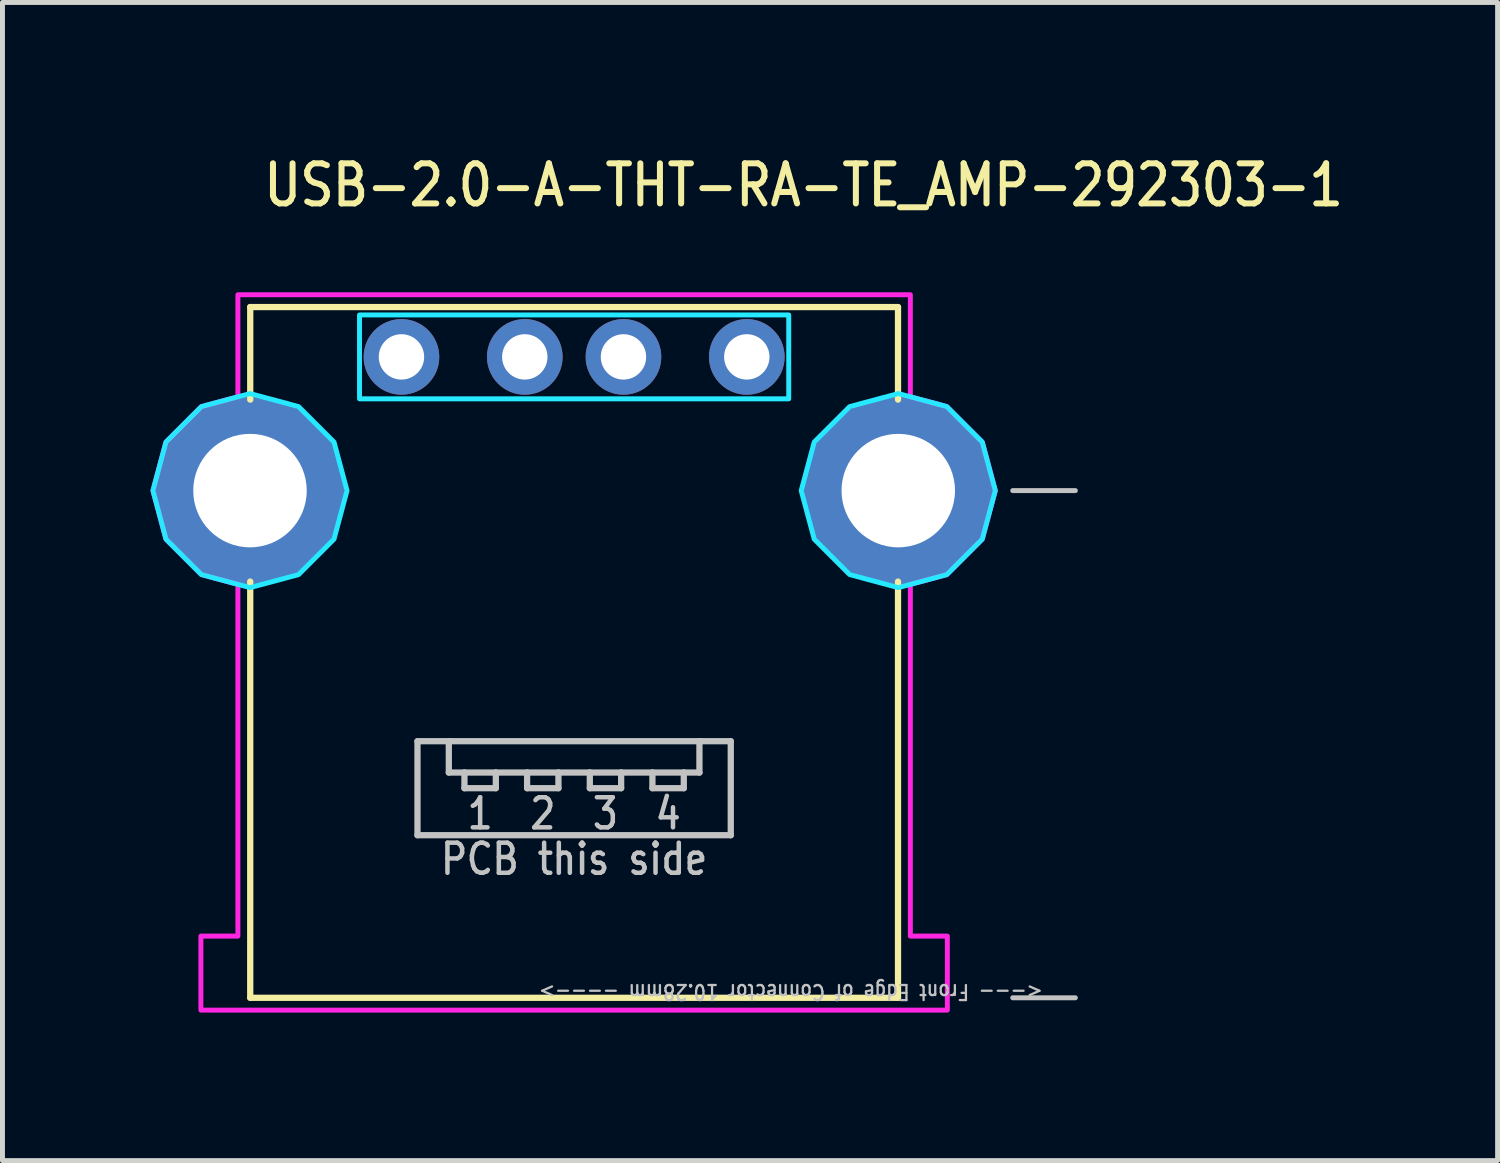
<source format=kicad_pcb>
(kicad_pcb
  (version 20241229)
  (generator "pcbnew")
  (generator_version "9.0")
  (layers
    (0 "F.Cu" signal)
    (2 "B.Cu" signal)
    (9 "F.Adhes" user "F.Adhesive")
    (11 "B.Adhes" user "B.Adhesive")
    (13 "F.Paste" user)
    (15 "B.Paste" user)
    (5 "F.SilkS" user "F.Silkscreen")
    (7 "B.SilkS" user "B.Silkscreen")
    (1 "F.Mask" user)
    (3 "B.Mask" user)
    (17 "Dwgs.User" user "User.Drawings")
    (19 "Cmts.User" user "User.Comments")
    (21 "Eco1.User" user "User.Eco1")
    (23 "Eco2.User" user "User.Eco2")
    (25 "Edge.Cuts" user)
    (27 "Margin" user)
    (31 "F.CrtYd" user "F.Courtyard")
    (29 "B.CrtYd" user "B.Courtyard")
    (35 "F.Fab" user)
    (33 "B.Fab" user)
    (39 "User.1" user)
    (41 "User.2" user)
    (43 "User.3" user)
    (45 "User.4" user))
  (footprint "USB-2.0-A-THT-RA-TE_AMP-292303-1"
    (layer "F.Cu")
    (at 8.587 6.894)
    (property "Reference" "USB-2.0-A-THT-RA-TE_AMP-292303-1" (at -6.35 -5.715 0) (unlocked yes) (layer "F.SilkS") (effects (font (size 0.813 0.695) (thickness 0.122)) (justify left bottom)))
    (fp_line (start -6.565 -3.72) (end 6.565 -3.72) (stroke (width 0.127) (type solid)) (layer "F.SilkS"))
    (fp_line (start -6.565 -1.844) (end -6.565 -3.72) (stroke (width 0.127) (type solid)) (layer "F.SilkS"))
    (fp_line (start -6.565 1.844) (end -6.565 10.28) (stroke (width 0.127) (type solid)) (layer "F.SilkS"))
    (fp_line (start -6.565 10.28) (end 6.565 10.28) (stroke (width 0.127) (type solid)) (layer "F.SilkS"))
    (fp_line (start 6.565 -3.72) (end 6.565 -1.844) (stroke (width 0.127) (type solid)) (layer "F.SilkS"))
    (fp_line (start 6.565 1.844) (end 6.565 10.28) (stroke (width 0.127) (type solid)) (layer "F.SilkS"))
    (fp_line (start -3.175 5.08) (end -2.54 5.08) (stroke (width 0.127) (type solid)) (layer "Dwgs.User"))
    (fp_line (start -3.175 6.985) (end -3.175 5.08) (stroke (width 0.127) (type solid)) (layer "Dwgs.User"))
    (fp_line (start -2.54 5.08) (end -2.54 5.715) (stroke (width 0.127) (type solid)) (layer "Dwgs.User"))
    (fp_line (start -2.54 5.08) (end 2.54 5.08) (stroke (width 0.127) (type solid)) (layer "Dwgs.User"))
    (fp_line (start -2.54 5.715) (end -2.223 5.715) (stroke (width 0.127) (type solid)) (layer "Dwgs.User"))
    (fp_line (start -2.223 5.715) (end -2.223 6.032) (stroke (width 0.127) (type solid)) (layer "Dwgs.User"))
    (fp_line (start -2.223 5.715) (end -1.587 5.715) (stroke (width 0.127) (type solid)) (layer "Dwgs.User"))
    (fp_line (start -2.223 6.032) (end -1.587 6.032) (stroke (width 0.127) (type solid)) (layer "Dwgs.User"))
    (fp_line (start -1.587 5.715) (end -0.953 5.715) (stroke (width 0.127) (type solid)) (layer "Dwgs.User"))
    (fp_line (start -1.587 6.032) (end -1.587 5.715) (stroke (width 0.127) (type solid)) (layer "Dwgs.User"))
    (fp_line (start -0.953 5.715) (end -0.953 6.032) (stroke (width 0.127) (type solid)) (layer "Dwgs.User"))
    (fp_line (start -0.953 5.715) (end -0.318 5.715) (stroke (width 0.127) (type solid)) (layer "Dwgs.User"))
    (fp_line (start -0.953 6.032) (end -0.318 6.032) (stroke (width 0.127) (type solid)) (layer "Dwgs.User"))
    (fp_line (start -0.318 5.715) (end 0.318 5.715) (stroke (width 0.127) (type solid)) (layer "Dwgs.User"))
    (fp_line (start -0.318 6.032) (end -0.318 5.715) (stroke (width 0.127) (type solid)) (layer "Dwgs.User"))
    (fp_line (start 0.318 5.715) (end 0.318 6.032) (stroke (width 0.127) (type solid)) (layer "Dwgs.User"))
    (fp_line (start 0.318 5.715) (end 0.953 5.715) (stroke (width 0.127) (type solid)) (layer "Dwgs.User"))
    (fp_line (start 0.318 6.032) (end 0.953 6.032) (stroke (width 0.127) (type solid)) (layer "Dwgs.User"))
    (fp_line (start 0.953 5.715) (end 1.587 5.715) (stroke (width 0.127) (type solid)) (layer "Dwgs.User"))
    (fp_line (start 0.953 6.032) (end 0.953 5.715) (stroke (width 0.127) (type solid)) (layer "Dwgs.User"))
    (fp_line (start 1.587 5.715) (end 1.587 6.032) (stroke (width 0.127) (type solid)) (layer "Dwgs.User"))
    (fp_line (start 1.587 5.715) (end 2.223 5.715) (stroke (width 0.127) (type solid)) (layer "Dwgs.User"))
    (fp_line (start 1.587 6.032) (end 2.223 6.032) (stroke (width 0.127) (type solid)) (layer "Dwgs.User"))
    (fp_line (start 2.223 5.715) (end 2.54 5.715) (stroke (width 0.127) (type solid)) (layer "Dwgs.User"))
    (fp_line (start 2.223 6.032) (end 2.223 5.715) (stroke (width 0.127) (type solid)) (layer "Dwgs.User"))
    (fp_line (start 2.54 5.08) (end 3.175 5.08) (stroke (width 0.127) (type solid)) (layer "Dwgs.User"))
    (fp_line (start 2.54 5.715) (end 2.54 5.08) (stroke (width 0.127) (type solid)) (layer "Dwgs.User"))
    (fp_line (start 3.175 5.08) (end 3.175 6.985) (stroke (width 0.127) (type solid)) (layer "Dwgs.User"))
    (fp_line (start 3.175 6.985) (end -3.175 6.985) (stroke (width 0.127) (type solid)) (layer "Dwgs.User"))
    (fp_line (start 8.89 0) (end 10.16 0) (stroke (width 0.1) (type solid)) (layer "Dwgs.User"))
    (fp_line (start 8.89 10.28) (end 10.16 10.28) (stroke (width 0.1) (type solid)) (layer "Dwgs.User"))
    (fp_poly (pts (xy -4.35 -1.86) (xy -4.35 -3.56) (xy 4.35 -3.56) (xy 4.35 -1.86)) (stroke (width 0.1) (type solid)) (fill no) (layer "B.CrtYd"))
    (fp_poly (pts (xy -4.603 0) (xy -4.867 -0.984) (xy -5.586 -1.703) (xy -6.57 -1.967) (xy -7.554 -1.703) (xy -8.273 -0.984) (xy -8.537 0) (xy -8.273 0.984) (xy -7.554 1.703) (xy -6.57 1.967) (xy -5.586 1.703) (xy -4.867 0.984)) (stroke (width 0.1) (type solid)) (fill no) (layer "B.CrtYd"))
    (fp_poly (pts (xy 8.537 0) (xy 8.273 -0.984) (xy 7.554 -1.703) (xy 6.57 -1.967) (xy 5.586 -1.703) (xy 4.867 -0.984) (xy 4.603 0) (xy 4.867 0.984) (xy 5.586 1.703) (xy 6.57 1.967) (xy 7.554 1.703) (xy 8.273 0.984)) (stroke (width 0.1) (type solid)) (fill no) (layer "B.CrtYd"))
    (fp_poly (pts (xy -6.815 -1.901) (xy -6.815 -3.97) (xy 6.815 -3.97) (xy 6.815 -1.901) (xy 7.554 -1.703) (xy 8.273 -0.984) (xy 8.537 0) (xy 8.273 0.984) (xy 7.554 1.703) (xy 6.815 1.901) (xy 6.815 9.03) (xy 7.565 9.03) (xy 7.565 10.53) (xy -7.565 10.53) (xy -7.565 9.03) (xy -6.815 9.03) (xy -6.815 1.901) (xy -7.554 1.703) (xy -8.273 0.984) (xy -8.537 0) (xy -8.273 -0.984) (xy -7.554 -1.703)) (stroke (width 0.1) (type solid)) (fill no) (layer "F.CrtYd"))
    (fp_text user "1" (at -1.905 6.191 0) (unlocked yes) (layer "Dwgs.User") (effects (font (size 0.61 0.521) (thickness 0.091)) (justify top)))
    (fp_text user "2" (at -0.635 6.191 0) (unlocked yes) (layer "Dwgs.User") (effects (font (size 0.61 0.521) (thickness 0.091)) (justify top)))
    (fp_text user "3" (at 0.635 6.191 0) (unlocked yes) (layer "Dwgs.User") (effects (font (size 0.61 0.521) (thickness 0.091)) (justify top)))
    (fp_text user "4" (at 1.905 6.191 0) (unlocked yes) (layer "Dwgs.User") (effects (font (size 0.61 0.521) (thickness 0.091)) (justify top)))
    (fp_text user "<--- Front Edge of Connector 10.28mm ---->" (at 9.525 10.16 180) (unlocked yes) (layer "Dwgs.User") (effects (font (size 0.305 0.261) (thickness 0.046)) (justify left)))
    (fp_text user "PCB this side" (at 0 7.112 0) (unlocked yes) (layer "Dwgs.User") (effects (font (size 0.61 0.521) (thickness 0.091)) (justify top)))
    (pad "1" thru_hole oval (at -3.5 -2.71) (size 1.533 1.533) (drill 0.92) (layers "*.Cu" "*.Mask"))
    (pad "2" thru_hole oval (at -1 -2.71) (size 1.533 1.533) (drill 0.92) (layers "*.Cu" "*.Mask"))
    (pad "3" thru_hole oval (at 1 -2.71) (size 1.533 1.533) (drill 0.92) (layers "*.Cu" "*.Mask"))
    (pad "4" thru_hole oval (at 3.5 -2.71) (size 1.533 1.533) (drill 0.92) (layers "*.Cu" "*.Mask"))
    (pad "S_1" thru_hole oval (at -6.57 0) (size 3.833 3.833) (drill 2.3) (layers "*.Cu" "*.Mask"))
    (pad "S_2" thru_hole oval (at 6.57 0) (size 3.833 3.833) (drill 2.3) (layers "*.Cu" "*.Mask")))
  (gr_rect
    (start -3 -3)
    (end 27.305 20.474)
    (stroke (width 0.1) (type default))
    (fill no)
    (layer "Edge.Cuts")))
</source>
